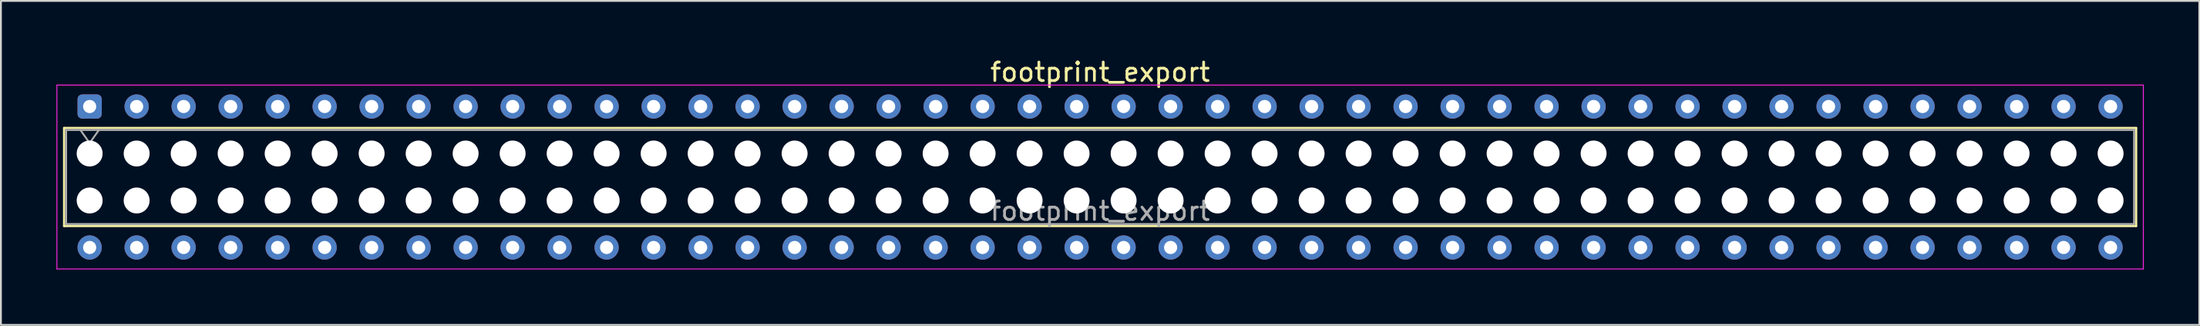
<source format=kicad_pcb>
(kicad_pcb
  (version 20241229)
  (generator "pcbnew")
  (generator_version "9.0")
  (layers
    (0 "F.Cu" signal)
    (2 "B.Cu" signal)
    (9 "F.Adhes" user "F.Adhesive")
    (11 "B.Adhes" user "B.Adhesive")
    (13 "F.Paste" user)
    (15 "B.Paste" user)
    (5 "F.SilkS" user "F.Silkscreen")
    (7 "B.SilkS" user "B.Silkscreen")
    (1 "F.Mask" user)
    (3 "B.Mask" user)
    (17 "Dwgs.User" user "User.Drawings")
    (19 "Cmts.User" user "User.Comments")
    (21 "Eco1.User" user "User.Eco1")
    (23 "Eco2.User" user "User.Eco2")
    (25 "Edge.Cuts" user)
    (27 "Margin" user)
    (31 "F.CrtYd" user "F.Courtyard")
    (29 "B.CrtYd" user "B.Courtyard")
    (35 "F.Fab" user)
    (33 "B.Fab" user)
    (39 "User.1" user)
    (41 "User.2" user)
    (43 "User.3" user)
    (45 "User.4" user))
  (footprint "footprint_export"
    (layer "F.Cu")
    (at 1.795 2.708)
    (property "Reference" "footprint_export" (at 54.61 -1.86 0) (layer "F.SilkS") (effects (font (size 1 1) (thickness 0.15))))
    (attr through_hole)
    (fp_line (start -1.38 1.16) (end 110.6 1.16) (stroke (width 0.12) (type solid)) (layer "F.SilkS"))
    (fp_line (start -1.38 6.46) (end -1.38 1.16) (stroke (width 0.12) (type solid)) (layer "F.SilkS"))
    (fp_line (start 110.6 1.16) (end 110.6 6.46) (stroke (width 0.12) (type solid)) (layer "F.SilkS"))
    (fp_line (start 110.6 6.46) (end -1.38 6.46) (stroke (width 0.12) (type solid)) (layer "F.SilkS"))
    (fp_line (start -1.77 -1.16) (end 110.99 -1.16) (stroke (width 0.05) (type solid)) (layer "F.CrtYd"))
    (fp_line (start -1.77 8.78) (end -1.77 -1.16) (stroke (width 0.05) (type solid)) (layer "F.CrtYd"))
    (fp_line (start 110.99 -1.16) (end 110.99 8.78) (stroke (width 0.05) (type solid)) (layer "F.CrtYd"))
    (fp_line (start 110.99 8.78) (end -1.77 8.78) (stroke (width 0.05) (type solid)) (layer "F.CrtYd"))
    (fp_line (start -1.27 1.27) (end 110.49 1.27) (stroke (width 0.1) (type solid)) (layer "F.Fab"))
    (fp_line (start -1.27 6.35) (end -1.27 1.27) (stroke (width 0.1) (type solid)) (layer "F.Fab"))
    (fp_line (start -0.5 1.27) (end 0 1.977) (stroke (width 0.1) (type solid)) (layer "F.Fab"))
    (fp_line (start 0 1.977) (end 0.5 1.27) (stroke (width 0.1) (type solid)) (layer "F.Fab"))
    (fp_line (start 110.49 1.27) (end 110.49 6.35) (stroke (width 0.1) (type solid)) (layer "F.Fab"))
    (fp_line (start 110.49 6.35) (end -1.27 6.35) (stroke (width 0.1) (type solid)) (layer "F.Fab"))
    (fp_text user "${REFERENCE}" (at 54.61 5.65 0) (layer "F.Fab") (effects (font (size 1 1) (thickness 0.15))))
    (pad "" np_thru_hole circle (at 0 2.54) (size 1.4 1.4) (drill 1.4) (layers "*.Cu" "*.Mask"))
    (pad "" np_thru_hole circle (at 0 5.08) (size 1.4 1.4) (drill 1.4) (layers "*.Cu" "*.Mask"))
    (pad "" np_thru_hole circle (at 2.54 2.54) (size 1.4 1.4) (drill 1.4) (layers "*.Cu" "*.Mask"))
    (pad "" np_thru_hole circle (at 2.54 5.08) (size 1.4 1.4) (drill 1.4) (layers "*.Cu" "*.Mask"))
    (pad "" np_thru_hole circle (at 5.08 2.54) (size 1.4 1.4) (drill 1.4) (layers "*.Cu" "*.Mask"))
    (pad "" np_thru_hole circle (at 5.08 5.08) (size 1.4 1.4) (drill 1.4) (layers "*.Cu" "*.Mask"))
    (pad "" np_thru_hole circle (at 7.62 2.54) (size 1.4 1.4) (drill 1.4) (layers "*.Cu" "*.Mask"))
    (pad "" np_thru_hole circle (at 7.62 5.08) (size 1.4 1.4) (drill 1.4) (layers "*.Cu" "*.Mask"))
    (pad "" np_thru_hole circle (at 10.16 2.54) (size 1.4 1.4) (drill 1.4) (layers "*.Cu" "*.Mask"))
    (pad "" np_thru_hole circle (at 10.16 5.08) (size 1.4 1.4) (drill 1.4) (layers "*.Cu" "*.Mask"))
    (pad "" np_thru_hole circle (at 12.7 2.54) (size 1.4 1.4) (drill 1.4) (layers "*.Cu" "*.Mask"))
    (pad "" np_thru_hole circle (at 12.7 5.08) (size 1.4 1.4) (drill 1.4) (layers "*.Cu" "*.Mask"))
    (pad "" np_thru_hole circle (at 15.24 2.54) (size 1.4 1.4) (drill 1.4) (layers "*.Cu" "*.Mask"))
    (pad "" np_thru_hole circle (at 15.24 5.08) (size 1.4 1.4) (drill 1.4) (layers "*.Cu" "*.Mask"))
    (pad "" np_thru_hole circle (at 17.78 2.54) (size 1.4 1.4) (drill 1.4) (layers "*.Cu" "*.Mask"))
    (pad "" np_thru_hole circle (at 17.78 5.08) (size 1.4 1.4) (drill 1.4) (layers "*.Cu" "*.Mask"))
    (pad "" np_thru_hole circle (at 20.32 2.54) (size 1.4 1.4) (drill 1.4) (layers "*.Cu" "*.Mask"))
    (pad "" np_thru_hole circle (at 20.32 5.08) (size 1.4 1.4) (drill 1.4) (layers "*.Cu" "*.Mask"))
    (pad "" np_thru_hole circle (at 22.86 2.54) (size 1.4 1.4) (drill 1.4) (layers "*.Cu" "*.Mask"))
    (pad "" np_thru_hole circle (at 22.86 5.08) (size 1.4 1.4) (drill 1.4) (layers "*.Cu" "*.Mask"))
    (pad "" np_thru_hole circle (at 25.4 2.54) (size 1.4 1.4) (drill 1.4) (layers "*.Cu" "*.Mask"))
    (pad "" np_thru_hole circle (at 25.4 5.08) (size 1.4 1.4) (drill 1.4) (layers "*.Cu" "*.Mask"))
    (pad "" np_thru_hole circle (at 27.94 2.54) (size 1.4 1.4) (drill 1.4) (layers "*.Cu" "*.Mask"))
    (pad "" np_thru_hole circle (at 27.94 5.08) (size 1.4 1.4) (drill 1.4) (layers "*.Cu" "*.Mask"))
    (pad "" np_thru_hole circle (at 30.48 2.54) (size 1.4 1.4) (drill 1.4) (layers "*.Cu" "*.Mask"))
    (pad "" np_thru_hole circle (at 30.48 5.08) (size 1.4 1.4) (drill 1.4) (layers "*.Cu" "*.Mask"))
    (pad "" np_thru_hole circle (at 33.02 2.54) (size 1.4 1.4) (drill 1.4) (layers "*.Cu" "*.Mask"))
    (pad "" np_thru_hole circle (at 33.02 5.08) (size 1.4 1.4) (drill 1.4) (layers "*.Cu" "*.Mask"))
    (pad "" np_thru_hole circle (at 35.56 2.54) (size 1.4 1.4) (drill 1.4) (layers "*.Cu" "*.Mask"))
    (pad "" np_thru_hole circle (at 35.56 5.08) (size 1.4 1.4) (drill 1.4) (layers "*.Cu" "*.Mask"))
    (pad "" np_thru_hole circle (at 38.1 2.54) (size 1.4 1.4) (drill 1.4) (layers "*.Cu" "*.Mask"))
    (pad "" np_thru_hole circle (at 38.1 5.08) (size 1.4 1.4) (drill 1.4) (layers "*.Cu" "*.Mask"))
    (pad "" np_thru_hole circle (at 40.64 2.54) (size 1.4 1.4) (drill 1.4) (layers "*.Cu" "*.Mask"))
    (pad "" np_thru_hole circle (at 40.64 5.08) (size 1.4 1.4) (drill 1.4) (layers "*.Cu" "*.Mask"))
    (pad "" np_thru_hole circle (at 43.18 2.54) (size 1.4 1.4) (drill 1.4) (layers "*.Cu" "*.Mask"))
    (pad "" np_thru_hole circle (at 43.18 5.08) (size 1.4 1.4) (drill 1.4) (layers "*.Cu" "*.Mask"))
    (pad "" np_thru_hole circle (at 45.72 2.54) (size 1.4 1.4) (drill 1.4) (layers "*.Cu" "*.Mask"))
    (pad "" np_thru_hole circle (at 45.72 5.08) (size 1.4 1.4) (drill 1.4) (layers "*.Cu" "*.Mask"))
    (pad "" np_thru_hole circle (at 48.26 2.54) (size 1.4 1.4) (drill 1.4) (layers "*.Cu" "*.Mask"))
    (pad "" np_thru_hole circle (at 48.26 5.08) (size 1.4 1.4) (drill 1.4) (layers "*.Cu" "*.Mask"))
    (pad "" np_thru_hole circle (at 50.8 2.54) (size 1.4 1.4) (drill 1.4) (layers "*.Cu" "*.Mask"))
    (pad "" np_thru_hole circle (at 50.8 5.08) (size 1.4 1.4) (drill 1.4) (layers "*.Cu" "*.Mask"))
    (pad "" np_thru_hole circle (at 53.34 2.54) (size 1.4 1.4) (drill 1.4) (layers "*.Cu" "*.Mask"))
    (pad "" np_thru_hole circle (at 53.34 5.08) (size 1.4 1.4) (drill 1.4) (layers "*.Cu" "*.Mask"))
    (pad "" np_thru_hole circle (at 55.88 2.54) (size 1.4 1.4) (drill 1.4) (layers "*.Cu" "*.Mask"))
    (pad "" np_thru_hole circle (at 55.88 5.08) (size 1.4 1.4) (drill 1.4) (layers "*.Cu" "*.Mask"))
    (pad "" np_thru_hole circle (at 58.42 2.54) (size 1.4 1.4) (drill 1.4) (layers "*.Cu" "*.Mask"))
    (pad "" np_thru_hole circle (at 58.42 5.08) (size 1.4 1.4) (drill 1.4) (layers "*.Cu" "*.Mask"))
    (pad "" np_thru_hole circle (at 60.96 2.54) (size 1.4 1.4) (drill 1.4) (layers "*.Cu" "*.Mask"))
    (pad "" np_thru_hole circle (at 60.96 5.08) (size 1.4 1.4) (drill 1.4) (layers "*.Cu" "*.Mask"))
    (pad "" np_thru_hole circle (at 63.5 2.54) (size 1.4 1.4) (drill 1.4) (layers "*.Cu" "*.Mask"))
    (pad "" np_thru_hole circle (at 63.5 5.08) (size 1.4 1.4) (drill 1.4) (layers "*.Cu" "*.Mask"))
    (pad "" np_thru_hole circle (at 66.04 2.54) (size 1.4 1.4) (drill 1.4) (layers "*.Cu" "*.Mask"))
    (pad "" np_thru_hole circle (at 66.04 5.08) (size 1.4 1.4) (drill 1.4) (layers "*.Cu" "*.Mask"))
    (pad "" np_thru_hole circle (at 68.58 2.54) (size 1.4 1.4) (drill 1.4) (layers "*.Cu" "*.Mask"))
    (pad "" np_thru_hole circle (at 68.58 5.08) (size 1.4 1.4) (drill 1.4) (layers "*.Cu" "*.Mask"))
    (pad "" np_thru_hole circle (at 71.12 2.54) (size 1.4 1.4) (drill 1.4) (layers "*.Cu" "*.Mask"))
    (pad "" np_thru_hole circle (at 71.12 5.08) (size 1.4 1.4) (drill 1.4) (layers "*.Cu" "*.Mask"))
    (pad "" np_thru_hole circle (at 73.66 2.54) (size 1.4 1.4) (drill 1.4) (layers "*.Cu" "*.Mask"))
    (pad "" np_thru_hole circle (at 73.66 5.08) (size 1.4 1.4) (drill 1.4) (layers "*.Cu" "*.Mask"))
    (pad "" np_thru_hole circle (at 76.2 2.54) (size 1.4 1.4) (drill 1.4) (layers "*.Cu" "*.Mask"))
    (pad "" np_thru_hole circle (at 76.2 5.08) (size 1.4 1.4) (drill 1.4) (layers "*.Cu" "*.Mask"))
    (pad "" np_thru_hole circle (at 78.74 2.54) (size 1.4 1.4) (drill 1.4) (layers "*.Cu" "*.Mask"))
    (pad "" np_thru_hole circle (at 78.74 5.08) (size 1.4 1.4) (drill 1.4) (layers "*.Cu" "*.Mask"))
    (pad "" np_thru_hole circle (at 81.28 2.54) (size 1.4 1.4) (drill 1.4) (layers "*.Cu" "*.Mask"))
    (pad "" np_thru_hole circle (at 81.28 5.08) (size 1.4 1.4) (drill 1.4) (layers "*.Cu" "*.Mask"))
    (pad "" np_thru_hole circle (at 83.82 2.54) (size 1.4 1.4) (drill 1.4) (layers "*.Cu" "*.Mask"))
    (pad "" np_thru_hole circle (at 83.82 5.08) (size 1.4 1.4) (drill 1.4) (layers "*.Cu" "*.Mask"))
    (pad "" np_thru_hole circle (at 86.36 2.54) (size 1.4 1.4) (drill 1.4) (layers "*.Cu" "*.Mask"))
    (pad "" np_thru_hole circle (at 86.36 5.08) (size 1.4 1.4) (drill 1.4) (layers "*.Cu" "*.Mask"))
    (pad "" np_thru_hole circle (at 88.9 2.54) (size 1.4 1.4) (drill 1.4) (layers "*.Cu" "*.Mask"))
    (pad "" np_thru_hole circle (at 88.9 5.08) (size 1.4 1.4) (drill 1.4) (layers "*.Cu" "*.Mask"))
    (pad "" np_thru_hole circle (at 91.44 2.54) (size 1.4 1.4) (drill 1.4) (layers "*.Cu" "*.Mask"))
    (pad "" np_thru_hole circle (at 91.44 5.08) (size 1.4 1.4) (drill 1.4) (layers "*.Cu" "*.Mask"))
    (pad "" np_thru_hole circle (at 93.98 2.54) (size 1.4 1.4) (drill 1.4) (layers "*.Cu" "*.Mask"))
    (pad "" np_thru_hole circle (at 93.98 5.08) (size 1.4 1.4) (drill 1.4) (layers "*.Cu" "*.Mask"))
    (pad "" np_thru_hole circle (at 96.52 2.54) (size 1.4 1.4) (drill 1.4) (layers "*.Cu" "*.Mask"))
    (pad "" np_thru_hole circle (at 96.52 5.08) (size 1.4 1.4) (drill 1.4) (layers "*.Cu" "*.Mask"))
    (pad "" np_thru_hole circle (at 99.06 2.54) (size 1.4 1.4) (drill 1.4) (layers "*.Cu" "*.Mask"))
    (pad "" np_thru_hole circle (at 99.06 5.08) (size 1.4 1.4) (drill 1.4) (layers "*.Cu" "*.Mask"))
    (pad "" np_thru_hole circle (at 101.6 2.54) (size 1.4 1.4) (drill 1.4) (layers "*.Cu" "*.Mask"))
    (pad "" np_thru_hole circle (at 101.6 5.08) (size 1.4 1.4) (drill 1.4) (layers "*.Cu" "*.Mask"))
    (pad "" np_thru_hole circle (at 104.14 2.54) (size 1.4 1.4) (drill 1.4) (layers "*.Cu" "*.Mask"))
    (pad "" np_thru_hole circle (at 104.14 5.08) (size 1.4 1.4) (drill 1.4) (layers "*.Cu" "*.Mask"))
    (pad "" np_thru_hole circle (at 106.68 2.54) (size 1.4 1.4) (drill 1.4) (layers "*.Cu" "*.Mask"))
    (pad "" np_thru_hole circle (at 106.68 5.08) (size 1.4 1.4) (drill 1.4) (layers "*.Cu" "*.Mask"))
    (pad "" np_thru_hole circle (at 109.22 2.54) (size 1.4 1.4) (drill 1.4) (layers "*.Cu" "*.Mask"))
    (pad "" np_thru_hole circle (at 109.22 5.08) (size 1.4 1.4) (drill 1.4) (layers "*.Cu" "*.Mask"))
    (pad "1" thru_hole roundrect (at 0 0) (size 1.31 1.31) (drill 0.71) (layers "*.Cu" "*.Mask") (roundrect_rratio 0.191))
    (pad "2" thru_hole circle (at 0 7.62) (size 1.31 1.31) (drill 0.71) (layers "*.Cu" "*.Mask"))
    (pad "3" thru_hole circle (at 2.54 0) (size 1.31 1.31) (drill 0.71) (layers "*.Cu" "*.Mask"))
    (pad "4" thru_hole circle (at 2.54 7.62) (size 1.31 1.31) (drill 0.71) (layers "*.Cu" "*.Mask"))
    (pad "5" thru_hole circle (at 5.08 0) (size 1.31 1.31) (drill 0.71) (layers "*.Cu" "*.Mask"))
    (pad "6" thru_hole circle (at 5.08 7.62) (size 1.31 1.31) (drill 0.71) (layers "*.Cu" "*.Mask"))
    (pad "7" thru_hole circle (at 7.62 0) (size 1.31 1.31) (drill 0.71) (layers "*.Cu" "*.Mask"))
    (pad "8" thru_hole circle (at 7.62 7.62) (size 1.31 1.31) (drill 0.71) (layers "*.Cu" "*.Mask"))
    (pad "9" thru_hole circle (at 10.16 0) (size 1.31 1.31) (drill 0.71) (layers "*.Cu" "*.Mask"))
    (pad "10" thru_hole circle (at 10.16 7.62) (size 1.31 1.31) (drill 0.71) (layers "*.Cu" "*.Mask"))
    (pad "11" thru_hole circle (at 12.7 0) (size 1.31 1.31) (drill 0.71) (layers "*.Cu" "*.Mask"))
    (pad "12" thru_hole circle (at 12.7 7.62) (size 1.31 1.31) (drill 0.71) (layers "*.Cu" "*.Mask"))
    (pad "13" thru_hole circle (at 15.24 0) (size 1.31 1.31) (drill 0.71) (layers "*.Cu" "*.Mask"))
    (pad "14" thru_hole circle (at 15.24 7.62) (size 1.31 1.31) (drill 0.71) (layers "*.Cu" "*.Mask"))
    (pad "15" thru_hole circle (at 17.78 0) (size 1.31 1.31) (drill 0.71) (layers "*.Cu" "*.Mask"))
    (pad "16" thru_hole circle (at 17.78 7.62) (size 1.31 1.31) (drill 0.71) (layers "*.Cu" "*.Mask"))
    (pad "17" thru_hole circle (at 20.32 0) (size 1.31 1.31) (drill 0.71) (layers "*.Cu" "*.Mask"))
    (pad "18" thru_hole circle (at 20.32 7.62) (size 1.31 1.31) (drill 0.71) (layers "*.Cu" "*.Mask"))
    (pad "19" thru_hole circle (at 22.86 0) (size 1.31 1.31) (drill 0.71) (layers "*.Cu" "*.Mask"))
    (pad "20" thru_hole circle (at 22.86 7.62) (size 1.31 1.31) (drill 0.71) (layers "*.Cu" "*.Mask"))
    (pad "21" thru_hole circle (at 25.4 0) (size 1.31 1.31) (drill 0.71) (layers "*.Cu" "*.Mask"))
    (pad "22" thru_hole circle (at 25.4 7.62) (size 1.31 1.31) (drill 0.71) (layers "*.Cu" "*.Mask"))
    (pad "23" thru_hole circle (at 27.94 0) (size 1.31 1.31) (drill 0.71) (layers "*.Cu" "*.Mask"))
    (pad "24" thru_hole circle (at 27.94 7.62) (size 1.31 1.31) (drill 0.71) (layers "*.Cu" "*.Mask"))
    (pad "25" thru_hole circle (at 30.48 0) (size 1.31 1.31) (drill 0.71) (layers "*.Cu" "*.Mask"))
    (pad "26" thru_hole circle (at 30.48 7.62) (size 1.31 1.31) (drill 0.71) (layers "*.Cu" "*.Mask"))
    (pad "27" thru_hole circle (at 33.02 0) (size 1.31 1.31) (drill 0.71) (layers "*.Cu" "*.Mask"))
    (pad "28" thru_hole circle (at 33.02 7.62) (size 1.31 1.31) (drill 0.71) (layers "*.Cu" "*.Mask"))
    (pad "29" thru_hole circle (at 35.56 0) (size 1.31 1.31) (drill 0.71) (layers "*.Cu" "*.Mask"))
    (pad "30" thru_hole circle (at 35.56 7.62) (size 1.31 1.31) (drill 0.71) (layers "*.Cu" "*.Mask"))
    (pad "31" thru_hole circle (at 38.1 0) (size 1.31 1.31) (drill 0.71) (layers "*.Cu" "*.Mask"))
    (pad "32" thru_hole circle (at 38.1 7.62) (size 1.31 1.31) (drill 0.71) (layers "*.Cu" "*.Mask"))
    (pad "33" thru_hole circle (at 40.64 0) (size 1.31 1.31) (drill 0.71) (layers "*.Cu" "*.Mask"))
    (pad "34" thru_hole circle (at 40.64 7.62) (size 1.31 1.31) (drill 0.71) (layers "*.Cu" "*.Mask"))
    (pad "35" thru_hole circle (at 43.18 0) (size 1.31 1.31) (drill 0.71) (layers "*.Cu" "*.Mask"))
    (pad "36" thru_hole circle (at 43.18 7.62) (size 1.31 1.31) (drill 0.71) (layers "*.Cu" "*.Mask"))
    (pad "37" thru_hole circle (at 45.72 0) (size 1.31 1.31) (drill 0.71) (layers "*.Cu" "*.Mask"))
    (pad "38" thru_hole circle (at 45.72 7.62) (size 1.31 1.31) (drill 0.71) (layers "*.Cu" "*.Mask"))
    (pad "39" thru_hole circle (at 48.26 0) (size 1.31 1.31) (drill 0.71) (layers "*.Cu" "*.Mask"))
    (pad "40" thru_hole circle (at 48.26 7.62) (size 1.31 1.31) (drill 0.71) (layers "*.Cu" "*.Mask"))
    (pad "41" thru_hole circle (at 50.8 0) (size 1.31 1.31) (drill 0.71) (layers "*.Cu" "*.Mask"))
    (pad "42" thru_hole circle (at 50.8 7.62) (size 1.31 1.31) (drill 0.71) (layers "*.Cu" "*.Mask"))
    (pad "43" thru_hole circle (at 53.34 0) (size 1.31 1.31) (drill 0.71) (layers "*.Cu" "*.Mask"))
    (pad "44" thru_hole circle (at 53.34 7.62) (size 1.31 1.31) (drill 0.71) (layers "*.Cu" "*.Mask"))
    (pad "45" thru_hole circle (at 55.88 0) (size 1.31 1.31) (drill 0.71) (layers "*.Cu" "*.Mask"))
    (pad "46" thru_hole circle (at 55.88 7.62) (size 1.31 1.31) (drill 0.71) (layers "*.Cu" "*.Mask"))
    (pad "47" thru_hole circle (at 58.42 0) (size 1.31 1.31) (drill 0.71) (layers "*.Cu" "*.Mask"))
    (pad "48" thru_hole circle (at 58.42 7.62) (size 1.31 1.31) (drill 0.71) (layers "*.Cu" "*.Mask"))
    (pad "49" thru_hole circle (at 60.96 0) (size 1.31 1.31) (drill 0.71) (layers "*.Cu" "*.Mask"))
    (pad "50" thru_hole circle (at 60.96 7.62) (size 1.31 1.31) (drill 0.71) (layers "*.Cu" "*.Mask"))
    (pad "51" thru_hole circle (at 63.5 0) (size 1.31 1.31) (drill 0.71) (layers "*.Cu" "*.Mask"))
    (pad "52" thru_hole circle (at 63.5 7.62) (size 1.31 1.31) (drill 0.71) (layers "*.Cu" "*.Mask"))
    (pad "53" thru_hole circle (at 66.04 0) (size 1.31 1.31) (drill 0.71) (layers "*.Cu" "*.Mask"))
    (pad "54" thru_hole circle (at 66.04 7.62) (size 1.31 1.31) (drill 0.71) (layers "*.Cu" "*.Mask"))
    (pad "55" thru_hole circle (at 68.58 0) (size 1.31 1.31) (drill 0.71) (layers "*.Cu" "*.Mask"))
    (pad "56" thru_hole circle (at 68.58 7.62) (size 1.31 1.31) (drill 0.71) (layers "*.Cu" "*.Mask"))
    (pad "57" thru_hole circle (at 71.12 0) (size 1.31 1.31) (drill 0.71) (layers "*.Cu" "*.Mask"))
    (pad "58" thru_hole circle (at 71.12 7.62) (size 1.31 1.31) (drill 0.71) (layers "*.Cu" "*.Mask"))
    (pad "59" thru_hole circle (at 73.66 0) (size 1.31 1.31) (drill 0.71) (layers "*.Cu" "*.Mask"))
    (pad "60" thru_hole circle (at 73.66 7.62) (size 1.31 1.31) (drill 0.71) (layers "*.Cu" "*.Mask"))
    (pad "61" thru_hole circle (at 76.2 0) (size 1.31 1.31) (drill 0.71) (layers "*.Cu" "*.Mask"))
    (pad "62" thru_hole circle (at 76.2 7.62) (size 1.31 1.31) (drill 0.71) (layers "*.Cu" "*.Mask"))
    (pad "63" thru_hole circle (at 78.74 0) (size 1.31 1.31) (drill 0.71) (layers "*.Cu" "*.Mask"))
    (pad "64" thru_hole circle (at 78.74 7.62) (size 1.31 1.31) (drill 0.71) (layers "*.Cu" "*.Mask"))
    (pad "65" thru_hole circle (at 81.28 0) (size 1.31 1.31) (drill 0.71) (layers "*.Cu" "*.Mask"))
    (pad "66" thru_hole circle (at 81.28 7.62) (size 1.31 1.31) (drill 0.71) (layers "*.Cu" "*.Mask"))
    (pad "67" thru_hole circle (at 83.82 0) (size 1.31 1.31) (drill 0.71) (layers "*.Cu" "*.Mask"))
    (pad "68" thru_hole circle (at 83.82 7.62) (size 1.31 1.31) (drill 0.71) (layers "*.Cu" "*.Mask"))
    (pad "69" thru_hole circle (at 86.36 0) (size 1.31 1.31) (drill 0.71) (layers "*.Cu" "*.Mask"))
    (pad "70" thru_hole circle (at 86.36 7.62) (size 1.31 1.31) (drill 0.71) (layers "*.Cu" "*.Mask"))
    (pad "71" thru_hole circle (at 88.9 0) (size 1.31 1.31) (drill 0.71) (layers "*.Cu" "*.Mask"))
    (pad "72" thru_hole circle (at 88.9 7.62) (size 1.31 1.31) (drill 0.71) (layers "*.Cu" "*.Mask"))
    (pad "73" thru_hole circle (at 91.44 0) (size 1.31 1.31) (drill 0.71) (layers "*.Cu" "*.Mask"))
    (pad "74" thru_hole circle (at 91.44 7.62) (size 1.31 1.31) (drill 0.71) (layers "*.Cu" "*.Mask"))
    (pad "75" thru_hole circle (at 93.98 0) (size 1.31 1.31) (drill 0.71) (layers "*.Cu" "*.Mask"))
    (pad "76" thru_hole circle (at 93.98 7.62) (size 1.31 1.31) (drill 0.71) (layers "*.Cu" "*.Mask"))
    (pad "77" thru_hole circle (at 96.52 0) (size 1.31 1.31) (drill 0.71) (layers "*.Cu" "*.Mask"))
    (pad "78" thru_hole circle (at 96.52 7.62) (size 1.31 1.31) (drill 0.71) (layers "*.Cu" "*.Mask"))
    (pad "79" thru_hole circle (at 99.06 0) (size 1.31 1.31) (drill 0.71) (layers "*.Cu" "*.Mask"))
    (pad "80" thru_hole circle (at 99.06 7.62) (size 1.31 1.31) (drill 0.71) (layers "*.Cu" "*.Mask"))
    (pad "81" thru_hole circle (at 101.6 0) (size 1.31 1.31) (drill 0.71) (layers "*.Cu" "*.Mask"))
    (pad "82" thru_hole circle (at 101.6 7.62) (size 1.31 1.31) (drill 0.71) (layers "*.Cu" "*.Mask"))
    (pad "83" thru_hole circle (at 104.14 0) (size 1.31 1.31) (drill 0.71) (layers "*.Cu" "*.Mask"))
    (pad "84" thru_hole circle (at 104.14 7.62) (size 1.31 1.31) (drill 0.71) (layers "*.Cu" "*.Mask"))
    (pad "85" thru_hole circle (at 106.68 0) (size 1.31 1.31) (drill 0.71) (layers "*.Cu" "*.Mask"))
    (pad "86" thru_hole circle (at 106.68 7.62) (size 1.31 1.31) (drill 0.71) (layers "*.Cu" "*.Mask"))
    (pad "87" thru_hole circle (at 109.22 0) (size 1.31 1.31) (drill 0.71) (layers "*.Cu" "*.Mask"))
    (pad "88" thru_hole circle (at 109.22 7.62) (size 1.31 1.31) (drill 0.71) (layers "*.Cu" "*.Mask")))
  (gr_rect
    (start -3 -3)
    (end 115.81 14.513)
    (stroke (width 0.1) (type default))
    (fill no)
    (layer "Edge.Cuts")))
</source>
